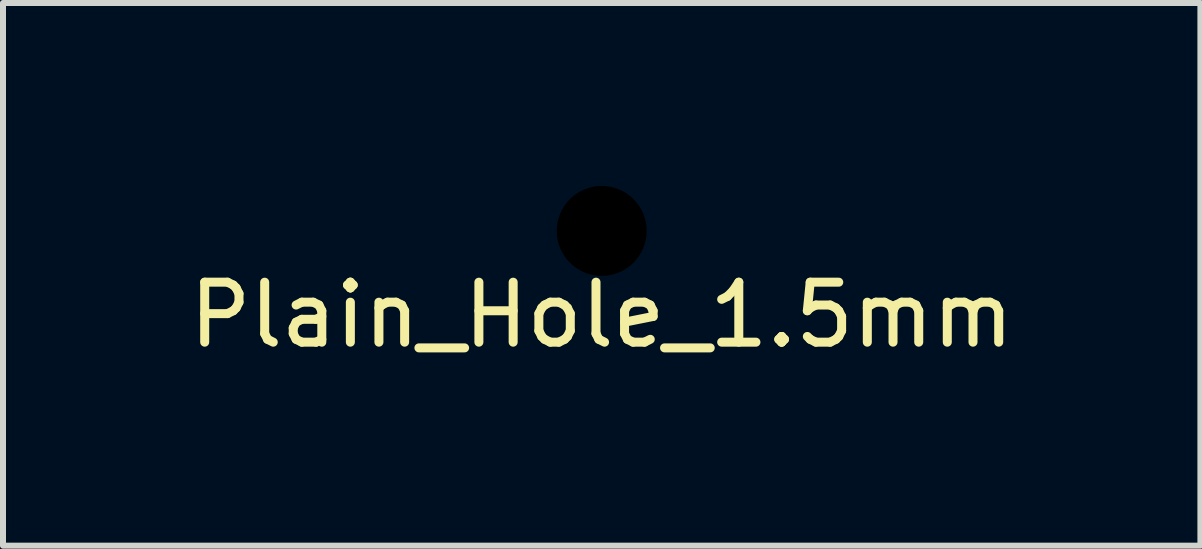
<source format=kicad_pcb>
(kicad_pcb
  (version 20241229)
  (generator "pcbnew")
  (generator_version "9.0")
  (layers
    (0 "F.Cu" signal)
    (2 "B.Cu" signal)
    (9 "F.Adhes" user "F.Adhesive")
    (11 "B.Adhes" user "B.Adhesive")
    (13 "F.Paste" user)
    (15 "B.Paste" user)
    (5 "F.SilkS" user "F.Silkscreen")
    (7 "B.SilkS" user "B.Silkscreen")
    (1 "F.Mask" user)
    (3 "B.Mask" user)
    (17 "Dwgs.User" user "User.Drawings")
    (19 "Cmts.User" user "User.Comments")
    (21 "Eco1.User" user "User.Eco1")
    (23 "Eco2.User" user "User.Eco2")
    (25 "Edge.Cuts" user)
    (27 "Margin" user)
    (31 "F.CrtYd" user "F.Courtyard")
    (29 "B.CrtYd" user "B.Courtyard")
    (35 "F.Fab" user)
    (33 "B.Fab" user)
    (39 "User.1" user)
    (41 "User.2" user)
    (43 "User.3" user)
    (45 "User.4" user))
  (footprint "Plain_Hole_1.5mm"
    (layer "F.Cu")
    (at 6.982 0.8)
    (property "Reference" "Plain_Hole_1.5mm" (at 0 1.4 0) (layer "F.SilkS") (effects (font (size 1 1) (thickness 0.15))))
    (attr exclude_from_pos_files exclude_from_bom)
    (pad "" np_thru_hole circle (at 0 0) (size 1.6 1.6) (drill 1.5) (layers "*.Mask")))
  (gr_rect
    (start -3 -3)
    (end 16.964 6.048)
    (stroke (width 0.1) (type default))
    (fill no)
    (layer "Edge.Cuts")))
</source>
